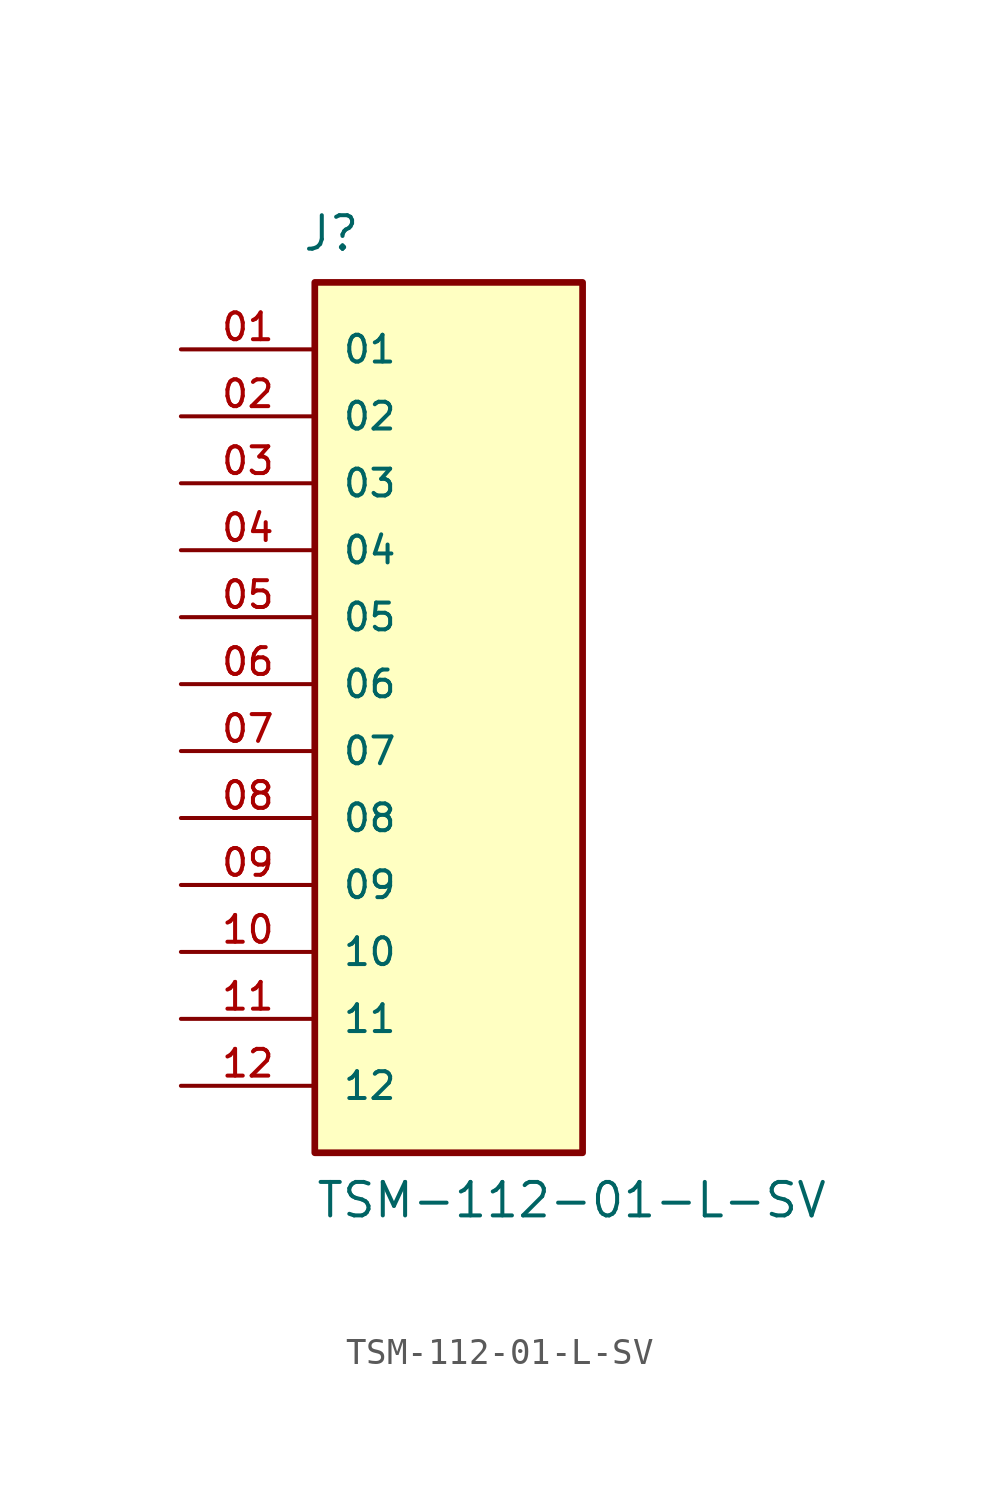
<source format=kicad_sym>
(kicad_symbol_lib
  (version 20211014)
  (generator kicad_symbol_editor)
  (symbol "TSM-112-01-L-SV"
    (pin_names
      (offset 1.016))
    (property "Reference" "J"
      (at -5.58 16.356 0)
      (effects (font (size 1.27 1.27)) (justify bottom left)))
    (property "Value" "TSM-112-01-L-SV"
      (at -5.08 -20.32 0)
      (effects (font (size 1.27 1.27)) (justify bottom left)))
    (symbol "TSM-112-01-L-SV_0_0"
      (rectangle (start -5.08 -17.78) (end 5.08 15.24) (stroke (width 0.254)) (fill (type background)))
      (pin passive line (at -10.16 12.7 0) (length 5.08) (name "01" (effects (font (size 1.016 1.016)))) (number "01" (effects (font (size 1.016 1.016)))))
      (pin passive line (at -10.16 10.16 0) (length 5.08) (name "02" (effects (font (size 1.016 1.016)))) (number "02" (effects (font (size 1.016 1.016)))))
      (pin passive line (at -10.16 7.62 0) (length 5.08) (name "03" (effects (font (size 1.016 1.016)))) (number "03" (effects (font (size 1.016 1.016)))))
      (pin passive line (at -10.16 5.08 0) (length 5.08) (name "04" (effects (font (size 1.016 1.016)))) (number "04" (effects (font (size 1.016 1.016)))))
      (pin passive line (at -10.16 2.54 0) (length 5.08) (name "05" (effects (font (size 1.016 1.016)))) (number "05" (effects (font (size 1.016 1.016)))))
      (pin passive line (at -10.16 0.0 0) (length 5.08) (name "06" (effects (font (size 1.016 1.016)))) (number "06" (effects (font (size 1.016 1.016)))))
      (pin passive line (at -10.16 -2.54 0) (length 5.08) (name "07" (effects (font (size 1.016 1.016)))) (number "07" (effects (font (size 1.016 1.016)))))
      (pin passive line (at -10.16 -5.08 0) (length 5.08) (name "08" (effects (font (size 1.016 1.016)))) (number "08" (effects (font (size 1.016 1.016)))))
      (pin passive line (at -10.16 -7.62 0) (length 5.08) (name "09" (effects (font (size 1.016 1.016)))) (number "09" (effects (font (size 1.016 1.016)))))
      (pin passive line (at -10.16 -10.16 0) (length 5.08) (name "10" (effects (font (size 1.016 1.016)))) (number "10" (effects (font (size 1.016 1.016)))))
      (pin passive line (at -10.16 -12.7 0) (length 5.08) (name "11" (effects (font (size 1.016 1.016)))) (number "11" (effects (font (size 1.016 1.016)))))
      (pin passive line (at -10.16 -15.24 0) (length 5.08) (name "12" (effects (font (size 1.016 1.016)))) (number "12" (effects (font (size 1.016 1.016))))))))
</source>
